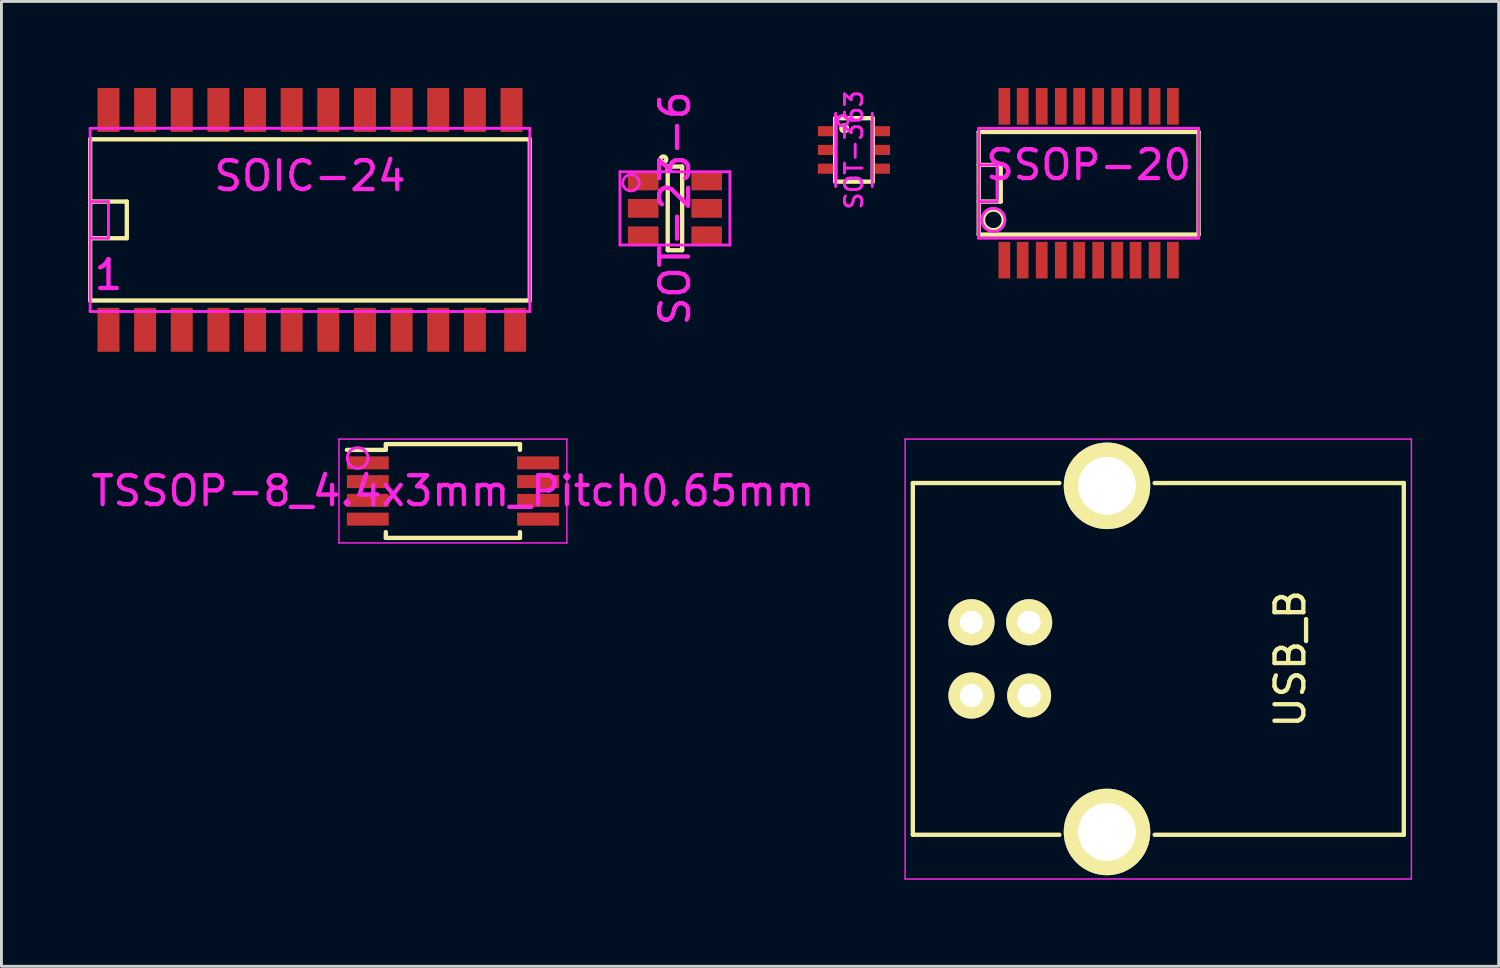
<source format=kicad_pcb>
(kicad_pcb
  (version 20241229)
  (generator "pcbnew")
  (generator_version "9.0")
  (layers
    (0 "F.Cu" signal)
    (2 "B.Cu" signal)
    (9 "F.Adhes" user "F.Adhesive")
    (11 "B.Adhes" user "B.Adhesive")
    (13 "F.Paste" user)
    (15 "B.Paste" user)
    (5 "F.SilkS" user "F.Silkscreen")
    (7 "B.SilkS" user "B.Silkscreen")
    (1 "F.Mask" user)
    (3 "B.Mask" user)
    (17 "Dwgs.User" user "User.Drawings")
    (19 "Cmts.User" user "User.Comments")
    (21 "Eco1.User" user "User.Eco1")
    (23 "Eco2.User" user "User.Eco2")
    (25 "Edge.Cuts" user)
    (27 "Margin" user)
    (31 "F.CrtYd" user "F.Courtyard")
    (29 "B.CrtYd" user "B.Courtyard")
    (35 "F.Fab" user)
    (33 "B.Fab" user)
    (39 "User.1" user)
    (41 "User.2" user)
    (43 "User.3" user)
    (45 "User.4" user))
  (footprint "USB_B"
    (layer "F.Cu")
    (at 30.623 18.519)
    (property "Reference" "USB_B" (at 11.049 1.27 90) (layer "F.SilkS") (effects (font (size 1 1) (thickness 0.15))))
    (attr through_hole)
    (fp_line (start -2.032 -4.826) (end 3.048 -4.826) (stroke (width 0.15) (type solid)) (layer "F.SilkS"))
    (fp_line (start -2.032 7.366) (end -2.032 -4.826) (stroke (width 0.15) (type solid)) (layer "F.SilkS"))
    (fp_line (start -2.032 7.366) (end 3.048 7.366) (stroke (width 0.15) (type solid)) (layer "F.SilkS"))
    (fp_line (start 6.35 -4.826) (end 14.986 -4.826) (stroke (width 0.15) (type solid)) (layer "F.SilkS"))
    (fp_line (start 6.35 7.366) (end 14.986 7.366) (stroke (width 0.15) (type solid)) (layer "F.SilkS"))
    (fp_line (start 14.986 -4.826) (end 14.986 7.366) (stroke (width 0.15) (type solid)) (layer "F.SilkS"))
    (fp_line (start -2.3 -6.35) (end 15.25 -6.35) (stroke (width 0.05) (type solid)) (layer "F.CrtYd"))
    (fp_line (start -2.3 8.9) (end -2.3 -6.35) (stroke (width 0.05) (type solid)) (layer "F.CrtYd"))
    (fp_line (start 15.25 -6.35) (end 15.25 8.9) (stroke (width 0.05) (type solid)) (layer "F.CrtYd"))
    (fp_line (start 15.25 8.9) (end -2.3 8.9) (stroke (width 0.05) (type solid)) (layer "F.CrtYd"))
    (pad "1" thru_hole circle (at 0 0 270) (size 1.6 1.6) (drill 0.8) (layers "*.Cu" "*.Mask" "F.SilkS"))
    (pad "2" thru_hole circle (at 0 2.54 270) (size 1.6 1.6) (drill 0.8) (layers "*.Cu" "*.Mask" "F.SilkS"))
    (pad "3" thru_hole circle (at 1.999 2.54 270) (size 1.524 1.524) (drill 0.813) (layers "*.Cu" "*.Mask" "F.SilkS"))
    (pad "4" thru_hole circle (at 1.999 0 270) (size 1.6 1.6) (drill 0.8) (layers "*.Cu" "*.Mask" "F.SilkS"))
    (pad "5" thru_hole circle (at 4.699 -4.729 270) (size 3 3) (drill 2) (layers "*.Cu" "*.Mask" "F.SilkS"))
    (pad "5" thru_hole circle (at 4.699 7.269 270) (size 3 3) (drill 2) (layers "*.Cu" "*.Mask" "F.SilkS")))
  (footprint "SOIC-24"
    (layer "F.Cu")
    (at 7.695 4.572)
    (property "Reference" "SOIC-24" (at 0 -1.524 0) (layer "F.CrtYd") (effects (font (size 1 1) (thickness 0.15))))
    (attr smd)
    (fp_line (start -7.62 -2.794) (end -7.62 2.794) (stroke (width 0.15) (type solid)) (layer "F.SilkS"))
    (fp_line (start -7.62 -0.635) (end -6.35 -0.635) (stroke (width 0.15) (type solid)) (layer "F.SilkS"))
    (fp_line (start -7.62 2.794) (end 7.62 2.794) (stroke (width 0.15) (type solid)) (layer "F.SilkS"))
    (fp_line (start -6.35 -0.635) (end -6.35 0.635) (stroke (width 0.15) (type solid)) (layer "F.SilkS"))
    (fp_line (start -6.35 0.635) (end -7.62 0.635) (stroke (width 0.15) (type solid)) (layer "F.SilkS"))
    (fp_line (start 7.62 -2.794) (end -7.62 -2.794) (stroke (width 0.15) (type solid)) (layer "F.SilkS"))
    (fp_line (start 7.62 -2.794) (end 7.62 2.794) (stroke (width 0.15) (type solid)) (layer "F.SilkS"))
    (fp_line (start -7.62 -3.175) (end 7.62 -3.175) (stroke (width 0.1) (type solid)) (layer "F.CrtYd"))
    (fp_line (start -7.62 -0.635) (end -6.985 -0.635) (stroke (width 0.1) (type solid)) (layer "F.CrtYd"))
    (fp_line (start -7.62 3.175) (end -7.62 -3.175) (stroke (width 0.1) (type solid)) (layer "F.CrtYd"))
    (fp_line (start -6.985 -0.635) (end -6.985 0.635) (stroke (width 0.1) (type solid)) (layer "F.CrtYd"))
    (fp_line (start -6.985 0.635) (end -7.62 0.635) (stroke (width 0.1) (type solid)) (layer "F.CrtYd"))
    (fp_line (start 7.62 -3.175) (end 7.62 3.175) (stroke (width 0.1) (type solid)) (layer "F.CrtYd"))
    (fp_line (start 7.62 3.175) (end -7.62 3.175) (stroke (width 0.1) (type solid)) (layer "F.CrtYd"))
    (fp_text user "1" (at -6.985 1.905 0) (layer "F.CrtYd") (effects (font (size 1 1) (thickness 0.15))))
    (pad "1" smd rect (at -6.985 3.81) (size 0.762 1.524) (layers "F.Cu" "F.Mask" "F.Paste"))
    (pad "2" smd rect (at -5.715 3.81) (size 0.762 1.524) (layers "F.Cu" "F.Mask" "F.Paste"))
    (pad "3" smd rect (at -4.445 3.81) (size 0.762 1.524) (layers "F.Cu" "F.Mask" "F.Paste"))
    (pad "4" smd rect (at -3.175 3.81) (size 0.762 1.524) (layers "F.Cu" "F.Mask" "F.Paste"))
    (pad "5" smd rect (at -1.905 3.81) (size 0.762 1.524) (layers "F.Cu" "F.Mask" "F.Paste"))
    (pad "6" smd rect (at -0.635 3.81) (size 0.762 1.524) (layers "F.Cu" "F.Mask" "F.Paste"))
    (pad "7" smd rect (at 0.635 3.81) (size 0.762 1.524) (layers "F.Cu" "F.Mask" "F.Paste"))
    (pad "8" smd rect (at 1.905 3.81) (size 0.762 1.524) (layers "F.Cu" "F.Mask" "F.Paste"))
    (pad "9" smd rect (at 3.175 3.81) (size 0.762 1.524) (layers "F.Cu" "F.Mask" "F.Paste"))
    (pad "10" smd rect (at 4.445 3.81) (size 0.762 1.524) (layers "F.Cu" "F.Mask" "F.Paste"))
    (pad "11" smd rect (at 5.715 3.81) (size 0.762 1.524) (layers "F.Cu" "F.Mask" "F.Paste"))
    (pad "12" smd rect (at 7.112 3.81) (size 0.762 1.524) (layers "F.Cu" "F.Mask" "F.Paste"))
    (pad "13" smd rect (at 6.985 -3.81) (size 0.762 1.524) (layers "F.Cu" "F.Mask" "F.Paste"))
    (pad "14" smd rect (at 5.715 -3.81) (size 0.762 1.524) (layers "F.Cu" "F.Mask" "F.Paste"))
    (pad "15" smd rect (at 4.445 -3.81) (size 0.762 1.524) (layers "F.Cu" "F.Mask" "F.Paste"))
    (pad "16" smd rect (at 3.175 -3.81) (size 0.762 1.524) (layers "F.Cu" "F.Mask" "F.Paste"))
    (pad "17" smd rect (at 1.905 -3.81) (size 0.762 1.524) (layers "F.Cu" "F.Mask" "F.Paste"))
    (pad "18" smd rect (at 0.635 -3.81) (size 0.762 1.524) (layers "F.Cu" "F.Mask" "F.Paste"))
    (pad "19" smd rect (at -0.635 -3.81) (size 0.762 1.524) (layers "F.Cu" "F.Mask" "F.Paste"))
    (pad "20" smd rect (at -1.905 -3.81) (size 0.762 1.524) (layers "F.Cu" "F.Mask" "F.Paste"))
    (pad "21" smd rect (at -3.175 -3.81) (size 0.762 1.524) (layers "F.Cu" "F.Mask" "F.Paste"))
    (pad "22" smd rect (at -4.445 -3.81) (size 0.762 1.524) (layers "F.Cu" "F.Mask" "F.Paste"))
    (pad "23" smd rect (at -5.715 -3.81) (size 0.762 1.524) (layers "F.Cu" "F.Mask" "F.Paste"))
    (pad "24" smd rect (at -6.985 -3.81) (size 0.762 1.524) (layers "F.Cu" "F.Mask" "F.Paste")))
  (footprint "SSOP-20"
    (layer "F.Cu")
    (at 34.685 3.302)
    (property "Reference" "SSOP-20" (at 0 -0.635 0) (layer "F.CrtYd") (effects (font (size 1 1) (thickness 0.15))))
    (attr smd)
    (fp_line (start -3.81 -0.635) (end -3.048 -0.635) (stroke (width 0.15) (type solid)) (layer "F.SilkS"))
    (fp_line (start -3.81 1.778) (end -3.81 -1.778) (stroke (width 0.15) (type solid)) (layer "F.SilkS"))
    (fp_line (start -3.81 1.778) (end 3.81 1.778) (stroke (width 0.15) (type solid)) (layer "F.SilkS"))
    (fp_line (start -3.048 -0.635) (end -3.048 0.635) (stroke (width 0.15) (type solid)) (layer "F.SilkS"))
    (fp_line (start -3.048 0.635) (end -3.81 0.635) (stroke (width 0.15) (type solid)) (layer "F.SilkS"))
    (fp_line (start 3.81 -1.778) (end -3.81 -1.778) (stroke (width 0.15) (type solid)) (layer "F.SilkS"))
    (fp_line (start 3.81 -1.778) (end 3.81 1.778) (stroke (width 0.15) (type solid)) (layer "F.SilkS"))
    (fp_circle (center -3.302 1.27) (end -3.556 1.016) (stroke (width 0.15) (type solid)) (fill no) (layer "F.SilkS"))
    (fp_line (start -3.81 -1.905) (end 3.81 -1.905) (stroke (width 0.1) (type solid)) (layer "F.CrtYd"))
    (fp_line (start -3.81 -0.635) (end -3.175 -0.635) (stroke (width 0.1) (type solid)) (layer "F.CrtYd"))
    (fp_line (start -3.81 1.905) (end -3.81 -1.905) (stroke (width 0.1) (type solid)) (layer "F.CrtYd"))
    (fp_line (start -3.175 -0.635) (end -3.175 0.635) (stroke (width 0.1) (type solid)) (layer "F.CrtYd"))
    (fp_line (start -3.175 0.635) (end -3.81 0.635) (stroke (width 0.1) (type solid)) (layer "F.CrtYd"))
    (fp_line (start 3.81 -1.905) (end 3.81 1.905) (stroke (width 0.1) (type solid)) (layer "F.CrtYd"))
    (fp_line (start 3.81 1.905) (end -3.81 1.905) (stroke (width 0.1) (type solid)) (layer "F.CrtYd"))
    (fp_circle (center -3.302 1.27) (end -3.683 1.143) (stroke (width 0.1) (type solid)) (fill no) (layer "F.CrtYd"))
    (pad "1" smd rect (at -2.921 2.667) (size 0.406 1.27) (layers "F.Cu" "F.Mask" "F.Paste"))
    (pad "2" smd rect (at -2.286 2.667) (size 0.406 1.27) (layers "F.Cu" "F.Mask" "F.Paste"))
    (pad "3" smd rect (at -1.626 2.667) (size 0.406 1.27) (layers "F.Cu" "F.Mask" "F.Paste"))
    (pad "4" smd rect (at -0.965 2.667) (size 0.406 1.27) (layers "F.Cu" "F.Mask" "F.Paste"))
    (pad "5" smd rect (at -0.33 2.667) (size 0.406 1.27) (layers "F.Cu" "F.Mask" "F.Paste"))
    (pad "6" smd rect (at 0.33 2.667) (size 0.406 1.27) (layers "F.Cu" "F.Mask" "F.Paste"))
    (pad "7" smd rect (at 0.991 2.667) (size 0.406 1.27) (layers "F.Cu" "F.Mask" "F.Paste"))
    (pad "8" smd rect (at 1.626 2.667) (size 0.406 1.27) (layers "F.Cu" "F.Mask" "F.Paste"))
    (pad "9" smd rect (at 2.286 2.667) (size 0.406 1.27) (layers "F.Cu" "F.Mask" "F.Paste"))
    (pad "10" smd rect (at 2.921 2.667) (size 0.406 1.27) (layers "F.Cu" "F.Mask" "F.Paste"))
    (pad "11" smd rect (at 2.921 -2.667) (size 0.406 1.27) (layers "F.Cu" "F.Mask" "F.Paste"))
    (pad "12" smd rect (at 2.286 -2.667) (size 0.406 1.27) (layers "F.Cu" "F.Mask" "F.Paste"))
    (pad "13" smd rect (at 1.626 -2.667) (size 0.406 1.27) (layers "F.Cu" "F.Mask" "F.Paste"))
    (pad "14" smd rect (at 0.991 -2.667) (size 0.406 1.27) (layers "F.Cu" "F.Mask" "F.Paste"))
    (pad "15" smd rect (at 0.33 -2.667) (size 0.406 1.27) (layers "F.Cu" "F.Mask" "F.Paste"))
    (pad "16" smd rect (at -0.33 -2.667) (size 0.406 1.27) (layers "F.Cu" "F.Mask" "F.Paste"))
    (pad "17" smd rect (at -0.965 -2.667) (size 0.406 1.27) (layers "F.Cu" "F.Mask" "F.Paste"))
    (pad "18" smd rect (at -1.626 -2.667) (size 0.406 1.27) (layers "F.Cu" "F.Mask" "F.Paste"))
    (pad "19" smd rect (at -2.286 -2.667) (size 0.406 1.27) (layers "F.Cu" "F.Mask" "F.Paste"))
    (pad "20" smd rect (at -2.921 -2.667) (size 0.406 1.27) (layers "F.Cu" "F.Mask" "F.Paste")))
  (footprint "TSSOP-8_4.4x3mm_Pitch0.65mm"
    (layer "F.Cu")
    (at 12.649 13.969)
    (property "Reference" "TSSOP-8_4.4x3mm_Pitch0.65mm" (at 0 0 0) (layer "F.CrtYd") (effects (font (size 1 1) (thickness 0.15))))
    (attr smd)
    (fp_line (start -2.325 -1.625) (end -2.325 -1.425) (stroke (width 0.15) (type solid)) (layer "F.SilkS"))
    (fp_line (start -2.325 -1.625) (end 2.325 -1.625) (stroke (width 0.15) (type solid)) (layer "F.SilkS"))
    (fp_line (start -2.325 -1.425) (end -3.675 -1.425) (stroke (width 0.15) (type solid)) (layer "F.SilkS"))
    (fp_line (start -2.325 1.625) (end -2.325 1.425) (stroke (width 0.15) (type solid)) (layer "F.SilkS"))
    (fp_line (start -2.325 1.625) (end 2.325 1.625) (stroke (width 0.15) (type solid)) (layer "F.SilkS"))
    (fp_line (start 2.325 -1.625) (end 2.325 -1.425) (stroke (width 0.15) (type solid)) (layer "F.SilkS"))
    (fp_line (start 2.325 1.625) (end 2.325 1.425) (stroke (width 0.15) (type solid)) (layer "F.SilkS"))
    (fp_line (start -3.95 -1.8) (end -3.95 1.8) (stroke (width 0.05) (type solid)) (layer "F.CrtYd"))
    (fp_line (start -3.95 -1.8) (end 3.95 -1.8) (stroke (width 0.05) (type solid)) (layer "F.CrtYd"))
    (fp_line (start -3.95 1.8) (end 3.95 1.8) (stroke (width 0.05) (type solid)) (layer "F.CrtYd"))
    (fp_line (start 3.95 -1.8) (end 3.95 1.8) (stroke (width 0.05) (type solid)) (layer "F.CrtYd"))
    (fp_circle (center -3.302 -1.143) (end -3.048 -0.889) (stroke (width 0.1) (type solid)) (fill no) (layer "F.CrtYd"))
    (pad "1" smd rect (at -2.95 -0.975) (size 1.45 0.45) (layers "F.Cu" "F.Mask" "F.Paste"))
    (pad "2" smd rect (at -2.95 -0.325) (size 1.45 0.45) (layers "F.Cu" "F.Mask" "F.Paste"))
    (pad "3" smd rect (at -2.95 0.325) (size 1.45 0.45) (layers "F.Cu" "F.Mask" "F.Paste"))
    (pad "4" smd rect (at -2.95 0.975) (size 1.45 0.45) (layers "F.Cu" "F.Mask" "F.Paste"))
    (pad "5" smd rect (at 2.95 0.975) (size 1.45 0.45) (layers "F.Cu" "F.Mask" "F.Paste"))
    (pad "6" smd rect (at 2.95 0.325) (size 1.45 0.45) (layers "F.Cu" "F.Mask" "F.Paste"))
    (pad "7" smd rect (at 2.95 -0.325) (size 1.45 0.45) (layers "F.Cu" "F.Mask" "F.Paste"))
    (pad "8" smd rect (at 2.95 -0.975) (size 1.45 0.45) (layers "F.Cu" "F.Mask" "F.Paste")))
  (footprint "SOT-23-6"
    (layer "F.Cu")
    (at 20.345 4.173)
    (property "Reference" "SOT-23-6" (at 0 0 90) (layer "F.CrtYd") (effects (font (size 1 1) (thickness 0.15))))
    (attr smd)
    (fp_line (start -0.25 -1.45) (end -0.25 1.45) (stroke (width 0.15) (type solid)) (layer "F.SilkS"))
    (fp_line (start -0.25 1.45) (end 0.25 1.45) (stroke (width 0.15) (type solid)) (layer "F.SilkS"))
    (fp_line (start 0.25 -1.45) (end -0.25 -1.45) (stroke (width 0.15) (type solid)) (layer "F.SilkS"))
    (fp_line (start 0.25 1.45) (end 0.25 -1.45) (stroke (width 0.15) (type solid)) (layer "F.SilkS"))
    (fp_circle (center -0.4 -1.7) (end -0.3 -1.7) (stroke (width 0.15) (type solid)) (fill no) (layer "F.SilkS"))
    (fp_line (start -1.905 -1.27) (end 1.905 -1.27) (stroke (width 0.1) (type solid)) (layer "F.CrtYd"))
    (fp_line (start -1.905 1.27) (end -1.905 -1.27) (stroke (width 0.1) (type solid)) (layer "F.CrtYd"))
    (fp_line (start 1.905 -1.27) (end 1.905 1.27) (stroke (width 0.1) (type solid)) (layer "F.CrtYd"))
    (fp_line (start 1.905 1.27) (end -1.905 1.27) (stroke (width 0.1) (type solid)) (layer "F.CrtYd"))
    (fp_circle (center -1.524 -0.889) (end -1.778 -1.016) (stroke (width 0.1) (type solid)) (fill no) (layer "F.CrtYd"))
    (pad "1" smd rect (at -1.1 -0.95) (size 1.06 0.65) (layers "F.Cu" "F.Mask" "F.Paste"))
    (pad "2" smd rect (at -1.1 0) (size 1.06 0.65) (layers "F.Cu" "F.Mask" "F.Paste"))
    (pad "3" smd rect (at -1.1 0.95) (size 1.06 0.65) (layers "F.Cu" "F.Mask" "F.Paste"))
    (pad "4" smd rect (at 1.1 0.95) (size 1.06 0.65) (layers "F.Cu" "F.Mask" "F.Paste"))
    (pad "5" smd rect (at 1.1 0) (size 1.06 0.65) (layers "F.Cu" "F.Mask" "F.Paste"))
    (pad "6" smd rect (at 1.1 -0.95) (size 1.06 0.65) (layers "F.Cu" "F.Mask" "F.Paste")))
  (footprint "SOT-363"
    (layer "F.Cu")
    (at 26.55 2.147)
    (property "Reference" "SOT-363" (at 0 0 90) (layer "F.CrtYd") (effects (font (size 0.6 0.6) (thickness 0.1))))
    (attr smd)
    (fp_line (start -0.65 -1.1) (end -0.65 1.1) (stroke (width 0.15) (type solid)) (layer "F.SilkS"))
    (fp_line (start -0.65 1.1) (end 0.65 1.1) (stroke (width 0.15) (type solid)) (layer "F.SilkS"))
    (fp_line (start 0.65 -1.1) (end -0.65 -1.1) (stroke (width 0.15) (type solid)) (layer "F.SilkS"))
    (fp_line (start 0.65 1.1) (end 0.65 -1.1) (stroke (width 0.15) (type solid)) (layer "F.SilkS"))
    (fp_circle (center -0.337 -0.748) (end -0.236 -0.748) (stroke (width 0.15) (type solid)) (fill no) (layer "F.SilkS"))
    (fp_line (start -0.635 1.27) (end -0.635 -1.27) (stroke (width 0.1) (type solid)) (layer "F.CrtYd"))
    (fp_line (start 0.635 -1.27) (end 0.635 1.27) (stroke (width 0.1) (type solid)) (layer "F.CrtYd"))
    (fp_circle (center -0.381 -1.016) (end -0.254 -0.889) (stroke (width 0.1) (type solid)) (fill no) (layer "F.CrtYd"))
    (pad "1" smd rect (at -0.95 -0.65) (size 0.6 0.35) (layers "F.Cu" "F.Mask" "F.Paste"))
    (pad "2" smd rect (at -0.95 0) (size 0.6 0.35) (layers "F.Cu" "F.Mask" "F.Paste"))
    (pad "3" smd rect (at -0.95 0.65) (size 0.6 0.35) (layers "F.Cu" "F.Mask" "F.Paste"))
    (pad "4" smd rect (at 0.95 0.65) (size 0.6 0.35) (layers "F.Cu" "F.Mask" "F.Paste"))
    (pad "5" smd rect (at 0.95 0) (size 0.6 0.35) (layers "F.Cu" "F.Mask" "F.Paste"))
    (pad "6" smd rect (at 0.95 -0.65) (size 0.6 0.35) (layers "F.Cu" "F.Mask" "F.Paste")))
  (gr_rect
    (start -3 -3)
    (end 48.898 30.444)
    (stroke (width 0.1) (type default))
    (fill no)
    (layer "Edge.Cuts")))
</source>
